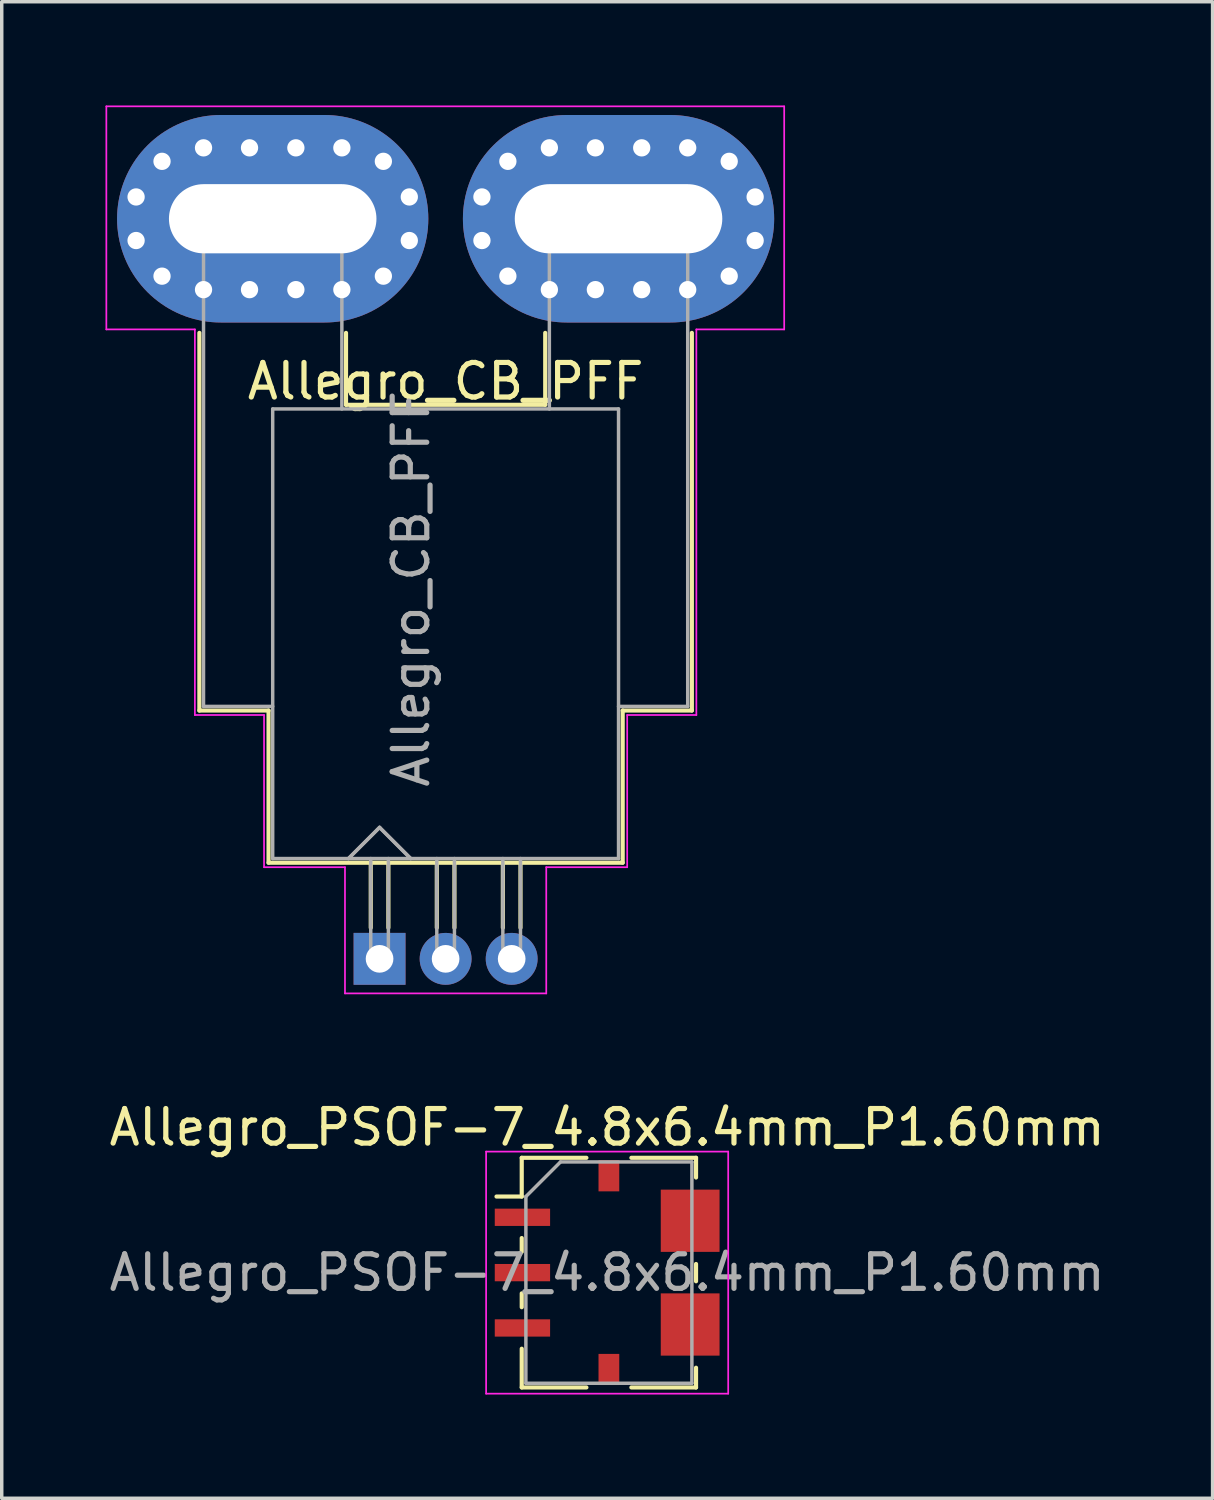
<source format=kicad_pcb>
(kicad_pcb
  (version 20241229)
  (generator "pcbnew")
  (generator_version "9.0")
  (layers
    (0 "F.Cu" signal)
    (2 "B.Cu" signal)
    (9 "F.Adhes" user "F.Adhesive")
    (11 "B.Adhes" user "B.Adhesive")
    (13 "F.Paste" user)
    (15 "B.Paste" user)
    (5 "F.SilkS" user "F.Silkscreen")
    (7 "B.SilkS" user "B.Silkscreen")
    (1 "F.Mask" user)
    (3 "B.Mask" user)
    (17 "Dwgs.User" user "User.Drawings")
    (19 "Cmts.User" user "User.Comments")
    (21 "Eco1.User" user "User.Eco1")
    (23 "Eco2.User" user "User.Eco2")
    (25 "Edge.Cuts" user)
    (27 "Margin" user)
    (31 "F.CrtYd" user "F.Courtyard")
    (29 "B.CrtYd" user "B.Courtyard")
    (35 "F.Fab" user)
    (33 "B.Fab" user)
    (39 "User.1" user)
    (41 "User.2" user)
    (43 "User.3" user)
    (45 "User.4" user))
  (footprint "Allegro_PSOF-7_4.8x6.4mm_P1.60mm"
    (layer "F.Cu")
    (at 14.506 33.748)
    (property "Reference" "Allegro_PSOF-7_4.8x6.4mm_P1.60mm" (at 0 -4.2 0) (layer "F.SilkS") (effects (font (size 1 1) (thickness 0.15))))
    (attr smd)
    (fp_line (start -2.47 -3.32) (end -2.47 -2.2) (stroke (width 0.12) (type solid)) (layer "F.SilkS"))
    (fp_line (start -2.47 -2.2) (end -3.2 -2.2) (stroke (width 0.12) (type solid)) (layer "F.SilkS"))
    (fp_line (start -2.47 -0.6) (end -2.47 -1) (stroke (width 0.12) (type solid)) (layer "F.SilkS"))
    (fp_line (start -2.47 0.6) (end -2.47 1) (stroke (width 0.12) (type solid)) (layer "F.SilkS"))
    (fp_line (start -2.47 3.32) (end -2.47 2.2) (stroke (width 0.12) (type solid)) (layer "F.SilkS"))
    (fp_line (start -0.6 -3.32) (end -2.47 -3.32) (stroke (width 0.12) (type solid)) (layer "F.SilkS"))
    (fp_line (start -0.6 3.32) (end -2.47 3.32) (stroke (width 0.12) (type solid)) (layer "F.SilkS"))
    (fp_line (start 2.57 -3.32) (end 0.7 -3.32) (stroke (width 0.12) (type solid)) (layer "F.SilkS"))
    (fp_line (start 2.57 -3.32) (end 2.57 -2.75) (stroke (width 0.12) (type solid)) (layer "F.SilkS"))
    (fp_line (start 2.57 0.25) (end 2.57 -0.25) (stroke (width 0.12) (type solid)) (layer "F.SilkS"))
    (fp_line (start 2.57 3.32) (end 0.7 3.32) (stroke (width 0.12) (type solid)) (layer "F.SilkS"))
    (fp_line (start 2.57 3.32) (end 2.57 2.75) (stroke (width 0.12) (type solid)) (layer "F.SilkS"))
    (fp_line (start -3.5 -3.5) (end 3.5 -3.5) (stroke (width 0.05) (type solid)) (layer "F.CrtYd"))
    (fp_line (start -3.5 3.5) (end -3.5 -3.5) (stroke (width 0.05) (type solid)) (layer "F.CrtYd"))
    (fp_line (start 3.5 -3.5) (end 3.5 3.5) (stroke (width 0.05) (type solid)) (layer "F.CrtYd"))
    (fp_line (start 3.5 3.5) (end -3.5 3.5) (stroke (width 0.05) (type solid)) (layer "F.CrtYd"))
    (fp_line (start -2.35 3.2) (end -2.35 -2.2) (stroke (width 0.1) (type solid)) (layer "F.Fab"))
    (fp_line (start -1.35 -3.2) (end -2.35 -2.2) (stroke (width 0.1) (type solid)) (layer "F.Fab"))
    (fp_line (start -1.35 -3.2) (end 2.45 -3.2) (stroke (width 0.1) (type solid)) (layer "F.Fab"))
    (fp_line (start 2.45 -3.2) (end 2.45 3.2) (stroke (width 0.1) (type solid)) (layer "F.Fab"))
    (fp_line (start 2.45 3.2) (end -2.35 3.2) (stroke (width 0.1) (type solid)) (layer "F.Fab"))
    (fp_text user "${REFERENCE}" (at 0 0 0) (layer "F.Fab") (effects (font (size 1 1) (thickness 0.15))))
    (pad "1" smd rect (at -2.45 -1.6) (size 1.6 0.5) (layers "F.Cu" "F.Mask" "F.Paste"))
    (pad "2" smd rect (at -2.45 0) (size 1.6 0.5) (layers "F.Cu" "F.Mask" "F.Paste"))
    (pad "3" smd rect (at -2.45 1.6) (size 1.6 0.5) (layers "F.Cu" "F.Mask" "F.Paste"))
    (pad "4" smd rect (at 0.05 2.8) (size 0.6 0.9) (layers "F.Cu" "F.Mask" "F.Paste"))
    (pad "5" smd rect (at 2.4 1.5) (size 1.7 1.8) (layers "F.Cu" "F.Mask" "F.Paste"))
    (pad "6" smd rect (at 2.4 -1.5) (size 1.7 1.8) (layers "F.Cu" "F.Mask" "F.Paste"))
    (pad "7" smd rect (at 0.05 -2.8) (size 0.6 0.9) (layers "F.Cu" "F.Mask" "F.Paste")))
  (footprint "Allegro_CB_PFF"
    (layer "F.Cu")
    (at 7.925 24.675)
    (property "Reference" "Allegro_CB_PFF" (at 1.91 -16.7 0) (layer "F.SilkS") (effects (font (size 1 1) (thickness 0.15))))
    (attr through_hole)
    (fp_line (start -5.21 -7.18) (end -5.21 -18.1) (stroke (width 0.12) (type solid)) (layer "F.SilkS"))
    (fp_line (start -3.21 -7.18) (end -5.21 -7.18) (stroke (width 0.12) (type solid)) (layer "F.SilkS"))
    (fp_line (start -3.21 -2.78) (end -3.21 -7.18) (stroke (width 0.12) (type solid)) (layer "F.SilkS"))
    (fp_line (start -0.97 -16.02) (end -0.97 -18.1) (stroke (width 0.12) (type solid)) (layer "F.SilkS"))
    (fp_line (start -0.97 -16.02) (end 4.79 -16.02) (stroke (width 0.12) (type solid)) (layer "F.SilkS"))
    (fp_line (start -0.255 -2.78) (end -0.255 -0.9) (stroke (width 0.12) (type solid)) (layer "F.SilkS"))
    (fp_line (start 0.255 -2.78) (end 0.255 -0.9) (stroke (width 0.12) (type solid)) (layer "F.SilkS"))
    (fp_line (start 1.655 -2.78) (end 1.655 -0.9) (stroke (width 0.12) (type solid)) (layer "F.SilkS"))
    (fp_line (start 2.165 -2.78) (end 2.165 -0.9) (stroke (width 0.12) (type solid)) (layer "F.SilkS"))
    (fp_line (start 3.565 -2.78) (end 3.565 -0.9) (stroke (width 0.12) (type solid)) (layer "F.SilkS"))
    (fp_line (start 4.075 -2.78) (end 4.075 -0.9) (stroke (width 0.12) (type solid)) (layer "F.SilkS"))
    (fp_line (start 4.79 -16.02) (end 4.79 -18.1) (stroke (width 0.12) (type solid)) (layer "F.SilkS"))
    (fp_line (start 7.03 -7.18) (end 9.03 -7.18) (stroke (width 0.12) (type solid)) (layer "F.SilkS"))
    (fp_line (start 7.03 -2.78) (end -3.21 -2.78) (stroke (width 0.12) (type solid)) (layer "F.SilkS"))
    (fp_line (start 7.03 -2.78) (end 7.03 -7.18) (stroke (width 0.12) (type solid)) (layer "F.SilkS"))
    (fp_line (start 9.03 -7.18) (end 9.03 -18.1) (stroke (width 0.12) (type solid)) (layer "F.SilkS"))
    (fp_line (start -7.9 -24.65) (end 11.7 -24.65) (stroke (width 0.05) (type solid)) (layer "F.CrtYd"))
    (fp_line (start -7.9 -18.2) (end -7.9 -24.65) (stroke (width 0.05) (type solid)) (layer "F.CrtYd"))
    (fp_line (start -7.9 -18.2) (end -5.34 -18.2) (stroke (width 0.05) (type solid)) (layer "F.CrtYd"))
    (fp_line (start -5.34 -7.05) (end -5.34 -18.2) (stroke (width 0.05) (type solid)) (layer "F.CrtYd"))
    (fp_line (start -3.34 -7.05) (end -5.34 -7.05) (stroke (width 0.05) (type solid)) (layer "F.CrtYd"))
    (fp_line (start -3.34 -7.05) (end -3.34 -2.65) (stroke (width 0.05) (type solid)) (layer "F.CrtYd"))
    (fp_line (start -1 -2.65) (end -3.34 -2.65) (stroke (width 0.05) (type solid)) (layer "F.CrtYd"))
    (fp_line (start -1 -2.65) (end -1 1) (stroke (width 0.05) (type solid)) (layer "F.CrtYd"))
    (fp_line (start 4.82 -2.65) (end 4.82 1) (stroke (width 0.05) (type solid)) (layer "F.CrtYd"))
    (fp_line (start 4.82 -2.65) (end 7.16 -2.65) (stroke (width 0.05) (type solid)) (layer "F.CrtYd"))
    (fp_line (start 4.82 1) (end -1 1) (stroke (width 0.05) (type solid)) (layer "F.CrtYd"))
    (fp_line (start 7.16 -7.05) (end 7.16 -2.65) (stroke (width 0.05) (type solid)) (layer "F.CrtYd"))
    (fp_line (start 7.16 -7.05) (end 9.16 -7.05) (stroke (width 0.05) (type solid)) (layer "F.CrtYd"))
    (fp_line (start 9.16 -18.2) (end 11.7 -18.2) (stroke (width 0.05) (type solid)) (layer "F.CrtYd"))
    (fp_line (start 9.16 -7.05) (end 9.16 -18.2) (stroke (width 0.05) (type solid)) (layer "F.CrtYd"))
    (fp_line (start 11.7 -24.65) (end 11.7 -18.2) (stroke (width 0.05) (type solid)) (layer "F.CrtYd"))
    (fp_line (start -5.09 -21.9) (end -1.09 -21.9) (stroke (width 0.1) (type solid)) (layer "F.Fab"))
    (fp_line (start -5.09 -7.3) (end -5.09 -21.9) (stroke (width 0.1) (type solid)) (layer "F.Fab"))
    (fp_line (start -5.09 -7.3) (end -3.09 -7.3) (stroke (width 0.1) (type solid)) (layer "F.Fab"))
    (fp_line (start -3.09 -15.9) (end -3.09 -2.9) (stroke (width 0.1) (type solid)) (layer "F.Fab"))
    (fp_line (start -3.09 -15.9) (end 6.91 -15.9) (stroke (width 0.1) (type solid)) (layer "F.Fab"))
    (fp_line (start -1.09 -15.9) (end -1.09 -21.9) (stroke (width 0.1) (type solid)) (layer "F.Fab"))
    (fp_line (start -0.9 -2.9) (end 0 -3.8) (stroke (width 0.1) (type solid)) (layer "F.Fab"))
    (fp_line (start -0.9 -2.9) (end 0 -3.8) (stroke (width 0.1) (type solid)) (layer "F.Fab"))
    (fp_line (start -0.255 -2.9) (end -0.255 0.19) (stroke (width 0.1) (type solid)) (layer "F.Fab"))
    (fp_line (start 0 -3.8) (end 0.9 -2.9) (stroke (width 0.1) (type solid)) (layer "F.Fab"))
    (fp_line (start 0 -3.8) (end 0.9 -2.9) (stroke (width 0.1) (type solid)) (layer "F.Fab"))
    (fp_line (start 0.255 -2.9) (end 0.255 0.19) (stroke (width 0.1) (type solid)) (layer "F.Fab"))
    (fp_line (start 1.655 -2.9) (end 1.655 0.19) (stroke (width 0.1) (type solid)) (layer "F.Fab"))
    (fp_line (start 2.165 -2.9) (end 2.165 0.19) (stroke (width 0.1) (type solid)) (layer "F.Fab"))
    (fp_line (start 3.565 -2.9) (end 3.565 0.19) (stroke (width 0.1) (type solid)) (layer "F.Fab"))
    (fp_line (start 4.075 -2.9) (end 4.075 0.19) (stroke (width 0.1) (type solid)) (layer "F.Fab"))
    (fp_line (start 4.91 -15.9) (end 4.91 -21.9) (stroke (width 0.1) (type solid)) (layer "F.Fab"))
    (fp_line (start 6.91 -15.9) (end 6.91 -2.9) (stroke (width 0.1) (type solid)) (layer "F.Fab"))
    (fp_line (start 6.91 -7.3) (end 8.91 -7.3) (stroke (width 0.1) (type solid)) (layer "F.Fab"))
    (fp_line (start 6.91 -2.9) (end -3.09 -2.9) (stroke (width 0.1) (type solid)) (layer "F.Fab"))
    (fp_line (start 8.91 -21.9) (end 4.91 -21.9) (stroke (width 0.1) (type solid)) (layer "F.Fab"))
    (fp_line (start 8.91 -7.3) (end 8.91 -21.9) (stroke (width 0.1) (type solid)) (layer "F.Fab"))
    (fp_text user "${REFERENCE}" (at 0.91 -10.7 90) (layer "F.Fab") (effects (font (size 1 1) (thickness 0.15))))
    (pad "1" thru_hole rect (at 0 0) (size 1.5 1.5) (drill 0.8) (layers "*.Cu" "*.Mask"))
    (pad "2" thru_hole circle (at 1.91 0) (size 1.5 1.5) (drill 0.8) (layers "*.Cu" "*.Mask"))
    (pad "3" thru_hole circle (at 3.82 0) (size 1.5 1.5) (drill 0.8) (layers "*.Cu" "*.Mask"))
    (pad "4" thru_hole oval (at 2.96 -22.03 65) (size 0.8 0.8) (drill 0.5) (layers "*.Cu" "*.Mask"))
    (pad "4" thru_hole oval (at 2.96 -20.77 295) (size 0.8 0.8) (drill 0.5) (layers "*.Cu" "*.Mask"))
    (pad "4" thru_hole circle (at 3.71 -23.06) (size 0.8 0.8) (drill 0.5) (layers "*.Cu" "*.Mask"))
    (pad "4" thru_hole circle (at 3.71 -19.74) (size 0.8 0.8) (drill 0.5) (layers "*.Cu" "*.Mask"))
    (pad "4" thru_hole circle (at 4.91 -23.45) (size 0.8 0.8) (drill 0.5) (layers "*.Cu" "*.Mask"))
    (pad "4" thru_hole circle (at 4.91 -19.35) (size 0.8 0.8) (drill 0.5) (layers "*.Cu" "*.Mask"))
    (pad "4" thru_hole circle (at 6.24 -23.45) (size 0.8 0.8) (drill 0.5) (layers "*.Cu" "*.Mask"))
    (pad "4" thru_hole circle (at 6.24 -19.35) (size 0.8 0.8) (drill 0.5) (layers "*.Cu" "*.Mask"))
    (pad "4" thru_hole oval (at 6.91 -21.4) (size 9 6) (drill oval 6 2) (layers "*.Cu" "*.Mask"))
    (pad "4" thru_hole circle (at 7.58 -23.45) (size 0.8 0.8) (drill 0.5) (layers "*.Cu" "*.Mask"))
    (pad "4" thru_hole circle (at 7.58 -19.35) (size 0.8 0.8) (drill 0.5) (layers "*.Cu" "*.Mask"))
    (pad "4" thru_hole circle (at 8.91 -23.45) (size 0.8 0.8) (drill 0.5) (layers "*.Cu" "*.Mask"))
    (pad "4" thru_hole circle (at 8.91 -19.35) (size 0.8 0.8) (drill 0.5) (layers "*.Cu" "*.Mask"))
    (pad "4" thru_hole circle (at 10.11 -23.06) (size 0.8 0.8) (drill 0.5) (layers "*.Cu" "*.Mask"))
    (pad "4" thru_hole circle (at 10.11 -19.74) (size 0.8 0.8) (drill 0.5) (layers "*.Cu" "*.Mask"))
    (pad "4" thru_hole circle (at 10.86 -22.03) (size 0.8 0.8) (drill 0.5) (layers "*.Cu" "*.Mask"))
    (pad "4" thru_hole circle (at 10.86 -20.77) (size 0.8 0.8) (drill 0.5) (layers "*.Cu" "*.Mask"))
    (pad "5" thru_hole circle (at -7.04 -22.03) (size 0.8 0.8) (drill 0.5) (layers "*.Cu" "*.Mask"))
    (pad "5" thru_hole circle (at -7.04 -20.77) (size 0.8 0.8) (drill 0.5) (layers "*.Cu" "*.Mask"))
    (pad "5" thru_hole circle (at -6.29 -23.06) (size 0.8 0.8) (drill 0.5) (layers "*.Cu" "*.Mask"))
    (pad "5" thru_hole circle (at -6.29 -19.74) (size 0.8 0.8) (drill 0.5) (layers "*.Cu" "*.Mask"))
    (pad "5" thru_hole circle (at -5.09 -23.45) (size 0.8 0.8) (drill 0.5) (layers "*.Cu" "*.Mask"))
    (pad "5" thru_hole circle (at -5.09 -19.35) (size 0.8 0.8) (drill 0.5) (layers "*.Cu" "*.Mask"))
    (pad "5" thru_hole circle (at -3.76 -23.45) (size 0.8 0.8) (drill 0.5) (layers "*.Cu" "*.Mask"))
    (pad "5" thru_hole circle (at -3.76 -19.35) (size 0.8 0.8) (drill 0.5) (layers "*.Cu" "*.Mask"))
    (pad "5" thru_hole oval (at -3.09 -21.4) (size 9 6) (drill oval 6 2) (layers "*.Cu" "*.Mask"))
    (pad "5" thru_hole circle (at -2.42 -23.45) (size 0.8 0.8) (drill 0.5) (layers "*.Cu" "*.Mask"))
    (pad "5" thru_hole circle (at -2.42 -19.35) (size 0.8 0.8) (drill 0.5) (layers "*.Cu" "*.Mask"))
    (pad "5" thru_hole circle (at -1.09 -23.45) (size 0.8 0.8) (drill 0.5) (layers "*.Cu" "*.Mask"))
    (pad "5" thru_hole circle (at -1.09 -19.35) (size 0.8 0.8) (drill 0.5) (layers "*.Cu" "*.Mask"))
    (pad "5" thru_hole circle (at 0.11 -23.06) (size 0.8 0.8) (drill 0.5) (layers "*.Cu" "*.Mask"))
    (pad "5" thru_hole circle (at 0.11 -19.74) (size 0.8 0.8) (drill 0.5) (layers "*.Cu" "*.Mask"))
    (pad "5" thru_hole oval (at 0.86 -22.03 295) (size 0.8 0.8) (drill 0.5) (layers "*.Cu" "*.Mask"))
    (pad "5" thru_hole oval (at 0.86 -20.77 65) (size 0.8 0.8) (drill 0.5) (layers "*.Cu" "*.Mask")))
  (gr_rect
    (start -3 -3)
    (end 32.012 40.273)
    (stroke (width 0.1) (type default))
    (fill no)
    (layer "Edge.Cuts")))
</source>
